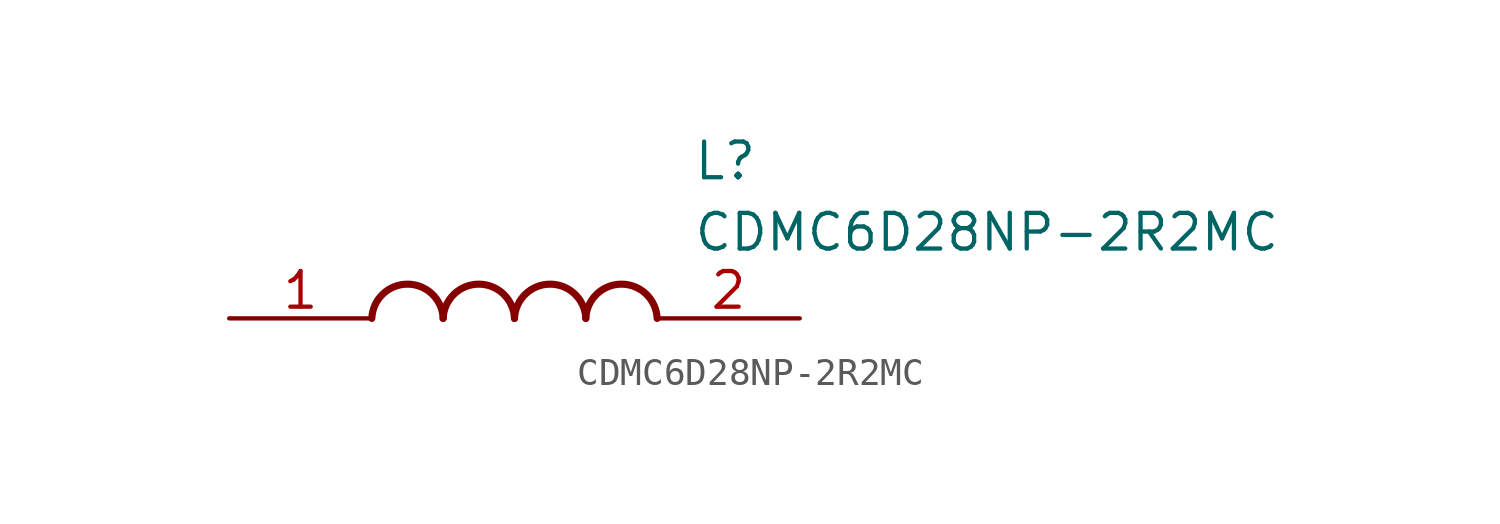
<source format=kicad_sym>
(kicad_symbol_lib
  (version 20211014)
  (generator SamacSys_ECAD_Model)
  (symbol "CDMC6D28NP-2R2MC"
    (pin_names hide)
    (property "Reference" "L"
      (at 16.51 6.35 0)
      (effects (font (size 1.27 1.27)) (justify left top)))
    (property "Value" "CDMC6D28NP-2R2MC"
      (at 16.51 3.81 0)
      (effects (font (size 1.27 1.27)) (justify left top)))
    (arc
      (start 7.62 0)
      (mid 6.35 1.219)
      (end 5.08 0)
      (stroke (width 0.254) (type default))
      (fill (type none)))
    (arc
      (start 10.16 0)
      (mid 8.89 1.219)
      (end 7.62 0)
      (stroke (width 0.254) (type default))
      (fill (type none)))
    (arc
      (start 12.7 0)
      (mid 11.43 1.219)
      (end 10.16 0)
      (stroke (width 0.254) (type default))
      (fill (type none)))
    (arc
      (start 15.24 0)
      (mid 13.97 1.219)
      (end 12.7 0)
      (stroke (width 0.254) (type default))
      (fill (type none)))
    (pin passive line
      (at 0 0 0)
      (length 5.08)
      (name "1" (effects (font (size 1.27 1.27))))
      (number "1" (effects (font (size 1.27 1.27)))))
    (pin passive line
      (at 20.32 0 180)
      (length 5.08)
      (name "2" (effects (font (size 1.27 1.27))))
      (number "2" (effects (font (size 1.27 1.27)))))))
</source>
